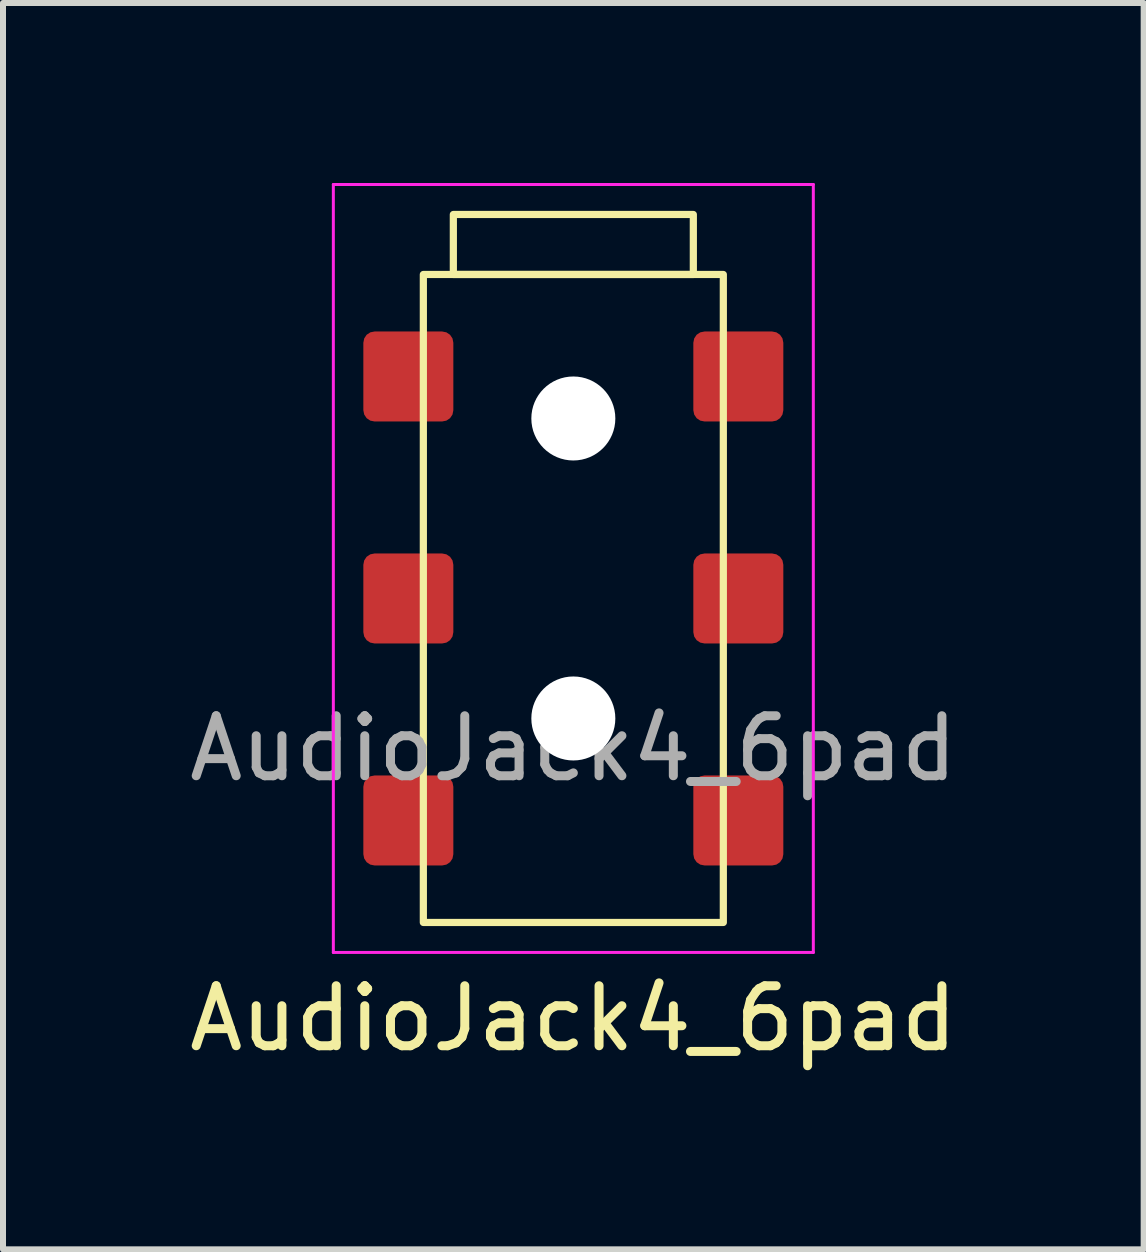
<source format=kicad_pcb>
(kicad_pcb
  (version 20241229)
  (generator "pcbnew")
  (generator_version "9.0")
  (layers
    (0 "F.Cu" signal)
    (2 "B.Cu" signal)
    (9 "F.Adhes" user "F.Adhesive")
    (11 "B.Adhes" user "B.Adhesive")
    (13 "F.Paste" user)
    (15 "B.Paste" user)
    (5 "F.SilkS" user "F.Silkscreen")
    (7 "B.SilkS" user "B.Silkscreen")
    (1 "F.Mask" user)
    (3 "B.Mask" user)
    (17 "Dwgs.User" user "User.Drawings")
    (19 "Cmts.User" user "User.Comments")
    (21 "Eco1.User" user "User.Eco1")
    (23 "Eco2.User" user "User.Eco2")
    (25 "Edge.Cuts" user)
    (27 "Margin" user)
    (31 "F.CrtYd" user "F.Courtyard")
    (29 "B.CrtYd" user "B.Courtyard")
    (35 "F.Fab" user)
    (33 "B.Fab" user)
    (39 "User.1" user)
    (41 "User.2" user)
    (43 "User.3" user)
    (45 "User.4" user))
  (footprint "AudioJack4_6pad"
    (layer "F.Cu")
    (at 6.506 6.925)
    (property "Reference" "AudioJack4_6pad" (at 0 7 0) (unlocked yes) (layer "F.SilkS") (effects (font (size 1 1) (thickness 0.15))))
    (attr smd)
    (fp_rect (start -2.5 -5.4) (end 2.5 5.4) (stroke (width 0.12) (type solid)) (fill no) (layer "F.SilkS"))
    (fp_rect (start -2 -5.4) (end 2 -6.4) (stroke (width 0.12) (type solid)) (fill no) (layer "F.SilkS"))
    (fp_line (start -4 5.9) (end -4 -6.9) (stroke (width 0.05) (type solid)) (layer "F.CrtYd"))
    (fp_line (start 4 -6.9) (end -4 -6.9) (stroke (width 0.05) (type solid)) (layer "F.CrtYd"))
    (fp_line (start 4 -6.9) (end 4 5.9) (stroke (width 0.05) (type solid)) (layer "F.CrtYd"))
    (fp_line (start 4 5.9) (end -4 5.9) (stroke (width 0.05) (type solid)) (layer "F.CrtYd"))
    (fp_text user "${REFERENCE}" (at 0 2.5 0) (unlocked yes) (layer "F.Fab") (effects (font (size 1 1) (thickness 0.15))))
    (pad "" np_thru_hole circle (at 0 -3) (size 1.4 1.4) (drill 1.4) (layers "*.Cu" "*.Mask"))
    (pad "" np_thru_hole circle (at 0 2) (size 1.4 1.4) (drill 1.4) (layers "*.Cu" "*.Mask"))
    (pad "R1" smd roundrect (at 2.75 0) (size 1.5 1.5) (layers "F.Cu" "F.Mask" "F.Paste") (roundrect_rratio 0.125))
    (pad "R1N" smd roundrect (at 2.75 3.7) (size 1.5 1.5) (layers "F.Cu" "F.Mask" "F.Paste") (roundrect_rratio 0.125))
    (pad "R2" smd roundrect (at -2.75 -3.7) (size 1.5 1.5) (layers "F.Cu" "F.Mask" "F.Paste") (roundrect_rratio 0.125))
    (pad "S" smd roundrect (at 2.75 -3.7) (size 1.5 1.5) (layers "F.Cu" "F.Mask" "F.Paste") (roundrect_rratio 0.125))
    (pad "T" smd roundrect (at -2.75 0) (size 1.5 1.5) (layers "F.Cu" "F.Mask" "F.Paste") (roundrect_rratio 0.125))
    (pad "TN" smd roundrect (at -2.75 3.7) (size 1.5 1.5) (layers "F.Cu" "F.Mask" "F.Paste") (roundrect_rratio 0.125)))
  (gr_rect
    (start -3 -3)
    (end 16.012 17.773)
    (stroke (width 0.1) (type default))
    (fill no)
    (layer "Edge.Cuts")))
</source>
